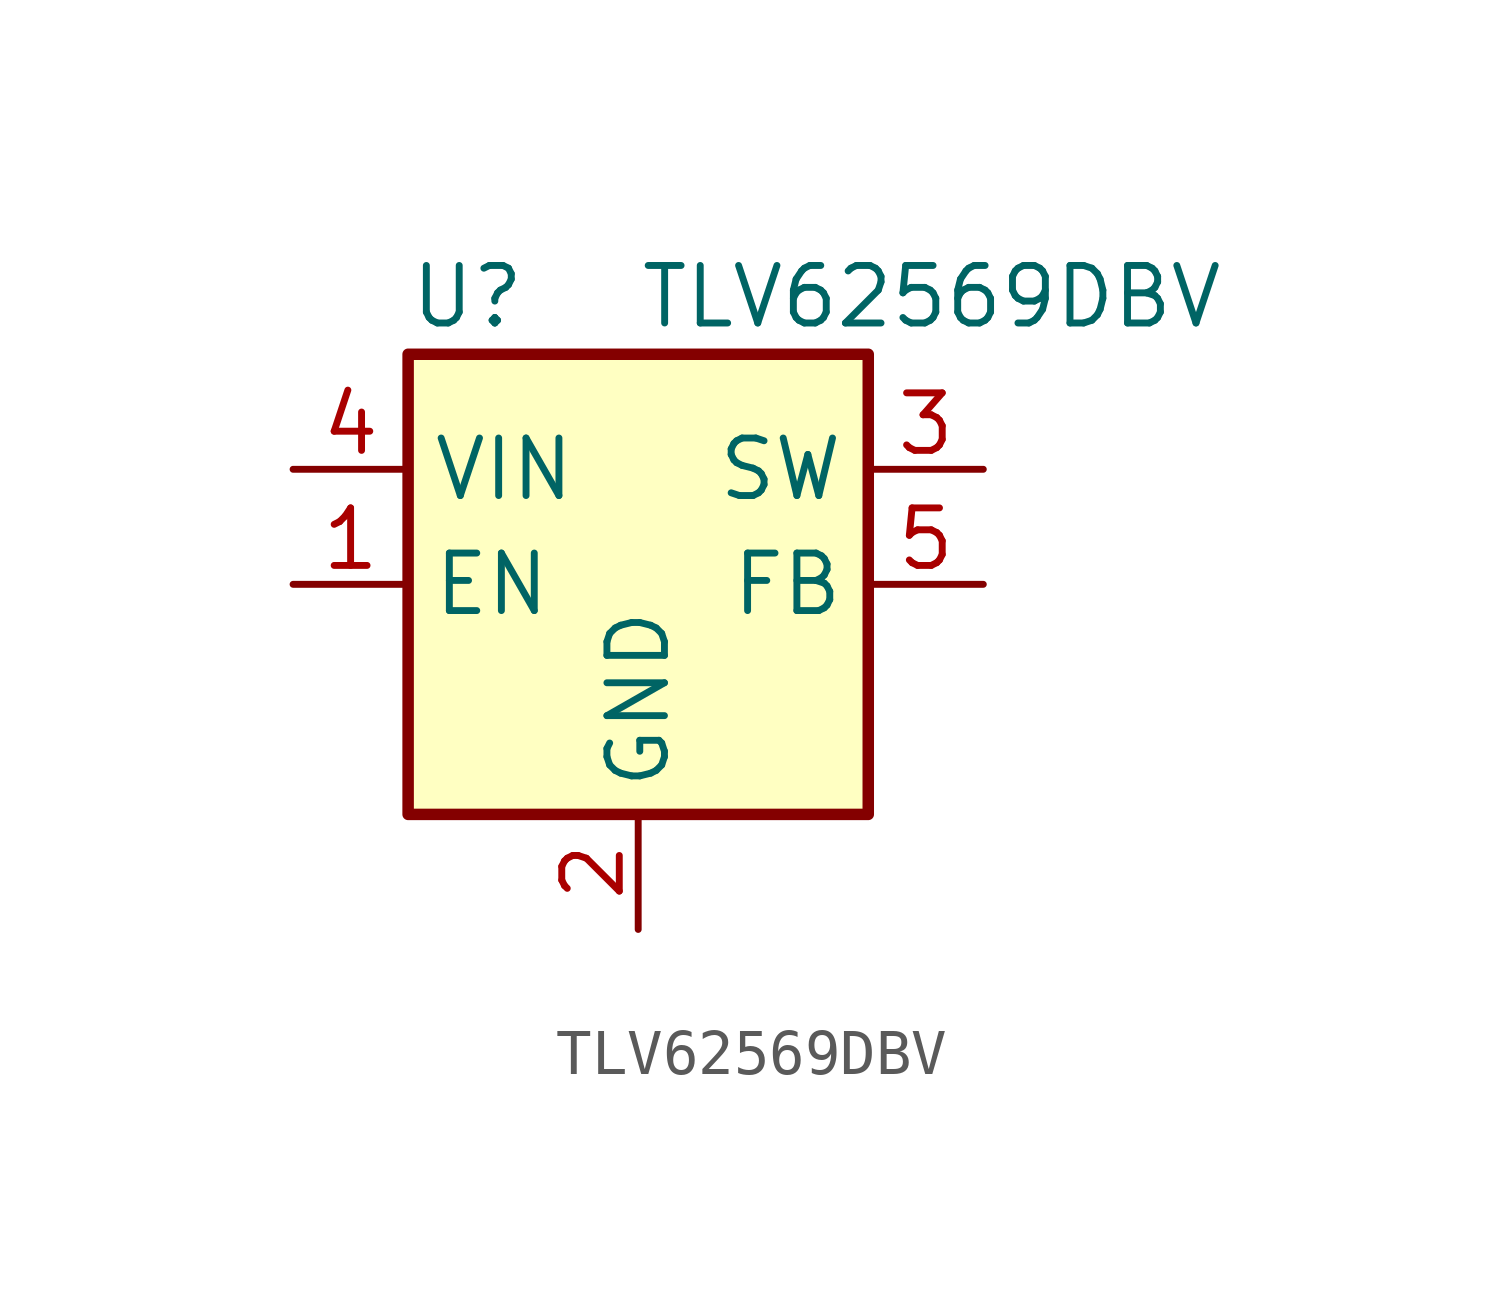
<source format=kicad_sym>
(kicad_symbol_lib
  (version 20220914)
  (generator kicad_symbol_editor)
  (symbol "TLV62569DBV"
    (property "Reference" "U"
      (at -5.08 6.35 0)
      (effects (font (size 1.27 1.27)) (justify left)))
    (property "Value" "TLV62569DBV"
      (at 0 6.35 0)
      (effects (font (size 1.27 1.27)) (justify left)))
    (symbol "TLV62569DBV_0_1"
      (rectangle (start -5.08 5.08) (end 5.08 -5.08) (stroke (width 0.254) (type default)) (fill (type background))))
    (symbol "TLV62569DBV_1_1"
      (pin input line (at -7.62 0 0) (length 2.54) (name "EN" (effects (font (size 1.27 1.27)))) (number "1" (effects (font (size 1.27 1.27)))))
      (pin power_in line (at 0 -7.62 90) (length 2.54) (name "GND" (effects (font (size 1.27 1.27)))) (number "2" (effects (font (size 1.27 1.27)))))
      (pin power_out line (at 7.62 2.54 180) (length 2.54) (name "SW" (effects (font (size 1.27 1.27)))) (number "3" (effects (font (size 1.27 1.27)))))
      (pin power_in line (at -7.62 2.54 0) (length 2.54) (name "VIN" (effects (font (size 1.27 1.27)))) (number "4" (effects (font (size 1.27 1.27)))))
      (pin input line (at 7.62 0 180) (length 2.54) (name "FB" (effects (font (size 1.27 1.27)))) (number "5" (effects (font (size 1.27 1.27))))))))
</source>
